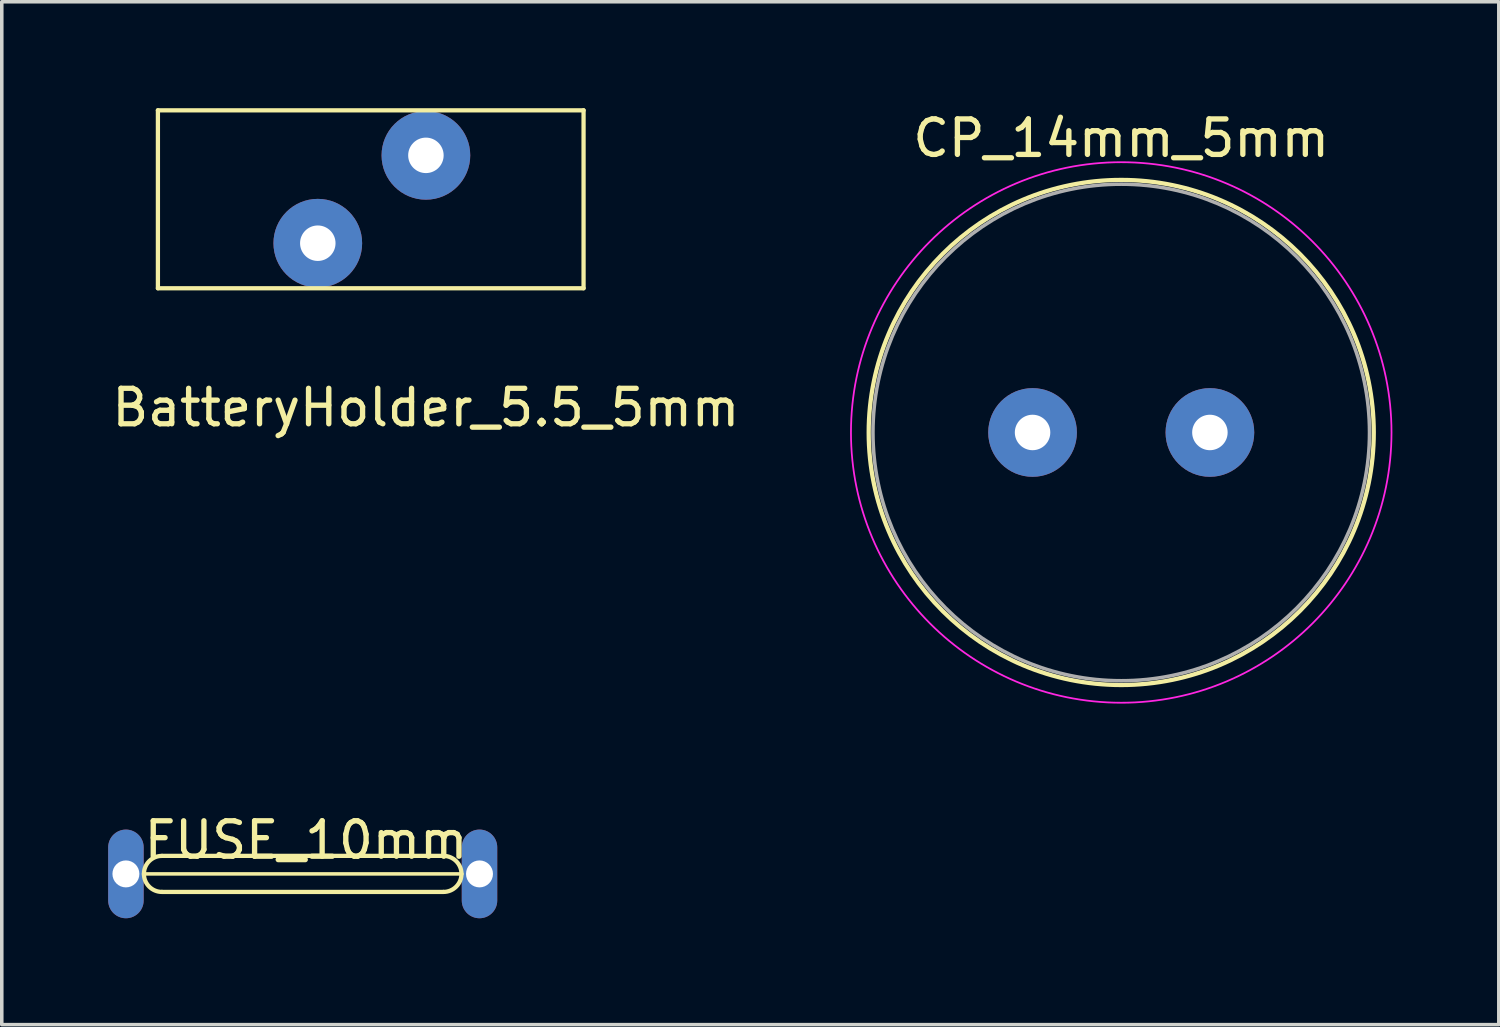
<source format=kicad_pcb>
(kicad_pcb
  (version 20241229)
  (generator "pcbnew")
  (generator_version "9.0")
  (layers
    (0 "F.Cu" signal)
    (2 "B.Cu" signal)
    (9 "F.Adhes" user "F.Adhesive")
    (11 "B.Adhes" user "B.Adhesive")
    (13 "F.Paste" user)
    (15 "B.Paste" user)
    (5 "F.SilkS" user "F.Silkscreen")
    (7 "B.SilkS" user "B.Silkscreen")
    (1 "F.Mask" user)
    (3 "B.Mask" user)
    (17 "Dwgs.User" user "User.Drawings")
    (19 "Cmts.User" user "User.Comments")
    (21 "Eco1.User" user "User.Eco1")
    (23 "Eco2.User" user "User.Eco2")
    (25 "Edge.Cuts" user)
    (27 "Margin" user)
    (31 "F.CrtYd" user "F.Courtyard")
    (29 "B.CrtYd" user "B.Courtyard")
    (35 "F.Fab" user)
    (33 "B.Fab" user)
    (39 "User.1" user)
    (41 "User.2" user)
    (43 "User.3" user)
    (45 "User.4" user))
  (footprint "CP_14mm_5mm"
    (layer "F.Cu")
    (at 28.562 9.143)
    (property "Reference" "CP_14mm_5mm" (at 0 -8.295 0) (layer "F.SilkS") (effects (font (size 1 1) (thickness 0.15))))
    (attr through_hole)
    (fp_circle (center 0 0) (end 0 7.12) (stroke (width 0.12) (type solid)) (fill no) (layer "F.SilkS"))
    (fp_circle (center 0 0) (end 0 7.62) (stroke (width 0.05) (type solid)) (fill no) (layer "F.CrtYd"))
    (fp_circle (center 0 0) (end 0 7) (stroke (width 0.1) (type solid)) (fill no) (layer "F.Fab"))
    (pad "1" thru_hole oval (at 2.5 0) (size 2.5 2.5) (drill 1) (layers "*.Cu" "*.Mask"))
    (pad "2" thru_hole oval (at -2.5 0) (size 2.5 2.5) (drill 1) (layers "*.Cu" "*.Mask")))
  (footprint "FUSE_10mm"
    (layer "F.Cu")
    (at 5.516 21.589)
    (property "Reference" "FUSE_10mm" (at 0.064 -0.953 0) (layer "F.SilkS") (effects (font (size 1 1) (thickness 0.15))))
    (attr through_hole)
    (fp_line (start -4.508 0) (end 4.445 0) (stroke (width 0.1) (type solid)) (layer "F.SilkS"))
    (fp_line (start 3.937 -0.508) (end -4 -0.508) (stroke (width 0.12) (type solid)) (layer "F.SilkS"))
    (fp_line (start 3.937 0.508) (end -4 0.508) (stroke (width 0.12) (type solid)) (layer "F.SilkS"))
    (fp_arc (start -4.5085 0) (mid -4.35971 -0.35921) (end -4.0005 -0.508) (stroke (width 0.12) (type solid)) (layer "F.SilkS"))
    (fp_arc (start -4.0005 0.508) (mid -4.35971 0.35921) (end -4.5085 0) (stroke (width 0.12) (type solid)) (layer "F.SilkS"))
    (fp_arc (start 3.937 -0.508) (mid 4.29621 -0.35921) (end 4.445 0) (stroke (width 0.12) (type solid)) (layer "F.SilkS"))
    (fp_arc (start 4.445 0) (mid 4.29621 0.35921) (end 3.937 0.508) (stroke (width 0.12) (type solid)) (layer "F.SilkS"))
    (pad "1" thru_hole oval (at -5.016 0) (size 1 2.5) (drill 0.76) (layers "*.Cu" "*.Mask"))
    (pad "2" thru_hole oval (at 4.953 0) (size 1 2.5) (drill 0.76) (layers "*.Cu" "*.Mask")))
  (footprint "BatteryHolder_5.5_5mm"
    (layer "F.Cu")
    (at 5.91 3.807)
    (property "Reference" "BatteryHolder_5.5_5mm" (at 3.048 4.636 0) (layer "F.SilkS") (effects (font (size 1 1) (thickness 0.15))))
    (attr through_hole)
    (fp_line (start -4.508 -3.747) (end -4.508 1.27) (stroke (width 0.12) (type solid)) (layer "F.SilkS"))
    (fp_line (start -4.508 1.27) (end 7.493 1.27) (stroke (width 0.12) (type solid)) (layer "F.SilkS"))
    (fp_line (start 7.493 -3.747) (end -4.508 -3.747) (stroke (width 0.12) (type solid)) (layer "F.SilkS"))
    (fp_line (start 7.493 1.27) (end 7.493 -3.747) (stroke (width 0.12) (type solid)) (layer "F.SilkS"))
    (pad "1" thru_hole circle (at 0 0) (size 2.5 2.5) (drill 1) (layers "*.Cu" "*.Mask"))
    (pad "2" thru_hole circle (at 3.048 -2.477) (size 2.5 2.5) (drill 1) (layers "*.Cu" "*.Mask")))
  (gr_rect
    (start -3 -3)
    (end 39.207 25.839)
    (stroke (width 0.1) (type default))
    (fill no)
    (layer "Edge.Cuts")))
</source>
